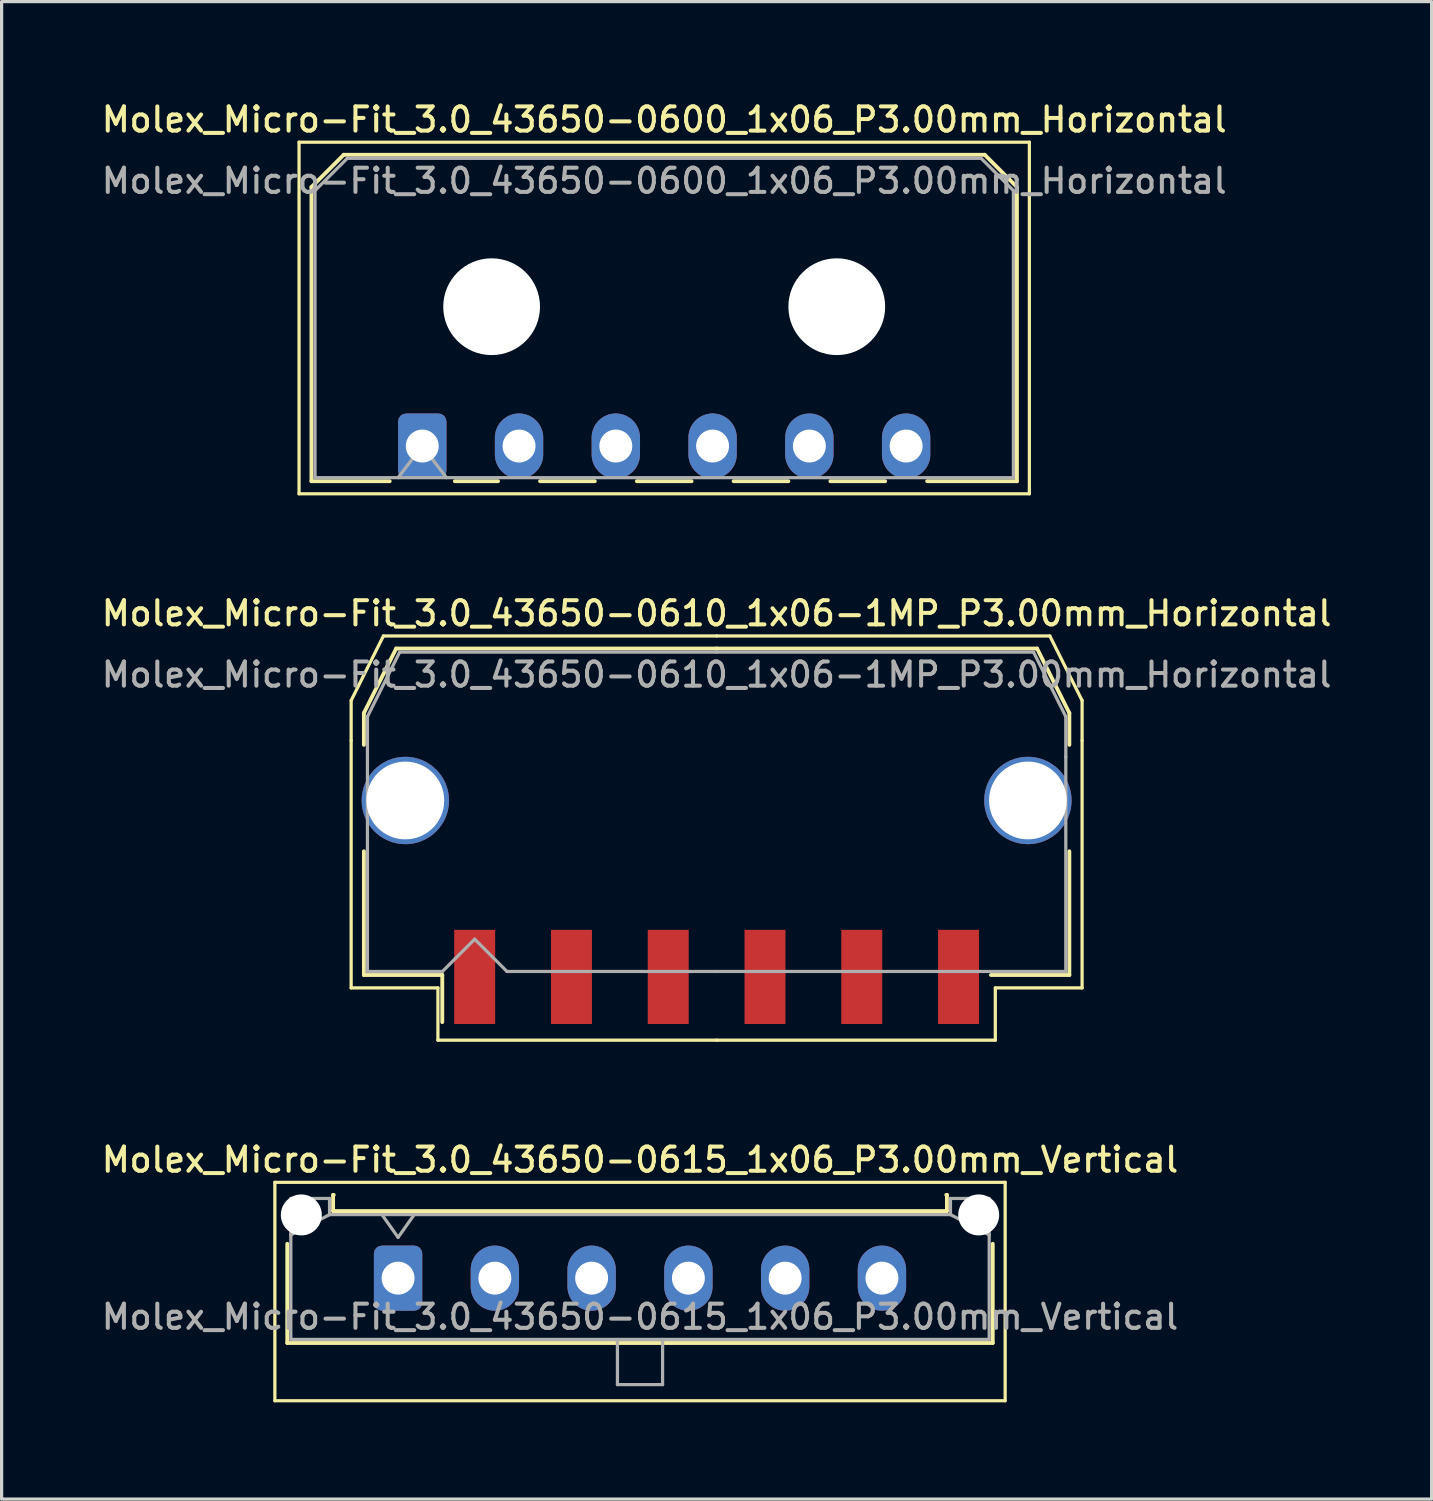
<source format=kicad_pcb>
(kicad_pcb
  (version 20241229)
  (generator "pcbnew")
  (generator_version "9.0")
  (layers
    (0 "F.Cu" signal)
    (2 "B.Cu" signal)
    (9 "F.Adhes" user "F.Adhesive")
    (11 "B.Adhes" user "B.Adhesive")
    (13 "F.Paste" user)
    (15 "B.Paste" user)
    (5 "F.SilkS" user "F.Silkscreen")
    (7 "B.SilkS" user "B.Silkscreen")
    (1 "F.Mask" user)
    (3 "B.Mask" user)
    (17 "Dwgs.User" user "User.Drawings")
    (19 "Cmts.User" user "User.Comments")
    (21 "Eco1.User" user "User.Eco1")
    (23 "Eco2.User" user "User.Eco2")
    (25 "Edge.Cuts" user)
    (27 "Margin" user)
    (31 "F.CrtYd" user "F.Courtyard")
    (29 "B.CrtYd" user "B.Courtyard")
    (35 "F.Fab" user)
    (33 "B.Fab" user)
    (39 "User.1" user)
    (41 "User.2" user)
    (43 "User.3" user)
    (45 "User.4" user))
  (footprint "Molex_Micro-Fit_3.0_43650-0600_1x06_P3.00mm_Horizontal"
    (layer "F.Cu")
    (at 10.041 10.778)
    (property "Reference" "Molex_Micro-Fit_3.0_43650-0600_1x06_P3.00mm_Horizontal" (at 7.5 -10.12 0) (layer "F.SilkS") (effects (font (size 0.75 0.75) (thickness 0.125))))
    (attr through_hole)
    (fp_line (start -3.82 -9.42) (end 18.82 -9.42) (stroke (width 0.1) (type solid)) (layer "F.SilkS"))
    (fp_line (start -3.82 1.48) (end -3.82 -9.42) (stroke (width 0.1) (type solid)) (layer "F.SilkS"))
    (fp_line (start -3.435 -8.03) (end -2.435 -9.03) (stroke (width 0.12) (type solid)) (layer "F.SilkS"))
    (fp_line (start -3.435 1.09) (end -3.435 -8.03) (stroke (width 0.12) (type solid)) (layer "F.SilkS"))
    (fp_line (start -3.435 1.09) (end -1.01 1.09) (stroke (width 0.12) (type solid)) (layer "F.SilkS"))
    (fp_line (start -2.435 -9.03) (end 17.435 -9.03) (stroke (width 0.12) (type solid)) (layer "F.SilkS"))
    (fp_line (start 1.01 1.09) (end 2.348 1.09) (stroke (width 0.12) (type solid)) (layer "F.SilkS"))
    (fp_line (start 3.652 1.09) (end 5.348 1.09) (stroke (width 0.12) (type solid)) (layer "F.SilkS"))
    (fp_line (start 6.652 1.09) (end 8.348 1.09) (stroke (width 0.12) (type solid)) (layer "F.SilkS"))
    (fp_line (start 9.652 1.09) (end 11.348 1.09) (stroke (width 0.12) (type solid)) (layer "F.SilkS"))
    (fp_line (start 12.652 1.09) (end 14.348 1.09) (stroke (width 0.12) (type solid)) (layer "F.SilkS"))
    (fp_line (start 17.435 -9.03) (end 18.435 -8.03) (stroke (width 0.12) (type solid)) (layer "F.SilkS"))
    (fp_line (start 18.435 -8.03) (end 18.435 1.09) (stroke (width 0.12) (type solid)) (layer "F.SilkS"))
    (fp_line (start 18.435 1.09) (end 15.652 1.09) (stroke (width 0.12) (type solid)) (layer "F.SilkS"))
    (fp_line (start 18.82 -9.42) (end 18.82 1.48) (stroke (width 0.1) (type solid)) (layer "F.SilkS"))
    (fp_line (start 18.82 1.48) (end -3.82 1.48) (stroke (width 0.1) (type solid)) (layer "F.SilkS"))
    (fp_line (start -3.325 -7.92) (end -2.325 -8.92) (stroke (width 0.1) (type solid)) (layer "F.Fab"))
    (fp_line (start -3.325 0.98) (end -3.325 -7.92) (stroke (width 0.1) (type solid)) (layer "F.Fab"))
    (fp_line (start -2.325 -8.92) (end 17.325 -8.92) (stroke (width 0.1) (type solid)) (layer "F.Fab"))
    (fp_line (start -0.75 0.98) (end 0 0) (stroke (width 0.1) (type solid)) (layer "F.Fab"))
    (fp_line (start 0 0) (end 0.75 0.98) (stroke (width 0.1) (type solid)) (layer "F.Fab"))
    (fp_line (start 17.325 -8.92) (end 18.325 -7.92) (stroke (width 0.1) (type solid)) (layer "F.Fab"))
    (fp_line (start 18.325 -7.92) (end 18.325 0.98) (stroke (width 0.1) (type solid)) (layer "F.Fab"))
    (fp_line (start 18.325 0.98) (end -3.325 0.98) (stroke (width 0.1) (type solid)) (layer "F.Fab"))
    (fp_text user "${REFERENCE}" (at 7.5 -8.22 0) (layer "F.Fab") (effects (font (size 0.75 0.75) (thickness 0.125))))
    (pad "" np_thru_hole circle (at 2.15 -4.32) (size 3 3) (drill 3) (layers "*.Cu" "*.Mask"))
    (pad "" np_thru_hole circle (at 12.85 -4.32) (size 3 3) (drill 3) (layers "*.Cu" "*.Mask"))
    (pad "1" thru_hole roundrect (at 0 0) (size 1.5 2.02) (drill 1.02) (layers "*.Cu" "*.Mask") (roundrect_rratio 0.167))
    (pad "2" thru_hole oval (at 3 0) (size 1.5 2.02) (drill 1.02) (layers "*.Cu" "*.Mask"))
    (pad "3" thru_hole oval (at 6 0) (size 1.5 2.02) (drill 1.02) (layers "*.Cu" "*.Mask"))
    (pad "4" thru_hole oval (at 9 0) (size 1.5 2.02) (drill 1.02) (layers "*.Cu" "*.Mask"))
    (pad "5" thru_hole oval (at 12 0) (size 1.5 2.02) (drill 1.02) (layers "*.Cu" "*.Mask"))
    (pad "6" thru_hole oval (at 15 0) (size 1.5 2.02) (drill 1.02) (layers "*.Cu" "*.Mask")))
  (footprint "Molex_Micro-Fit_3.0_43650-0610_1x06-1MP_P3.00mm_Horizontal"
    (layer "F.Cu")
    (at 19.166 22.116)
    (property "Reference" "Molex_Micro-Fit_3.0_43650-0610_1x06-1MP_P3.00mm_Horizontal" (at 0 -6.15 0) (layer "F.SilkS") (effects (font (size 0.75 0.75) (thickness 0.125))))
    (attr smd)
    (fp_line (start -11.33 -3.45) (end -11.33 -2.21) (stroke (width 0.1) (type solid)) (layer "F.SilkS"))
    (fp_line (start -11.33 -2.21) (end -11.33 5.46) (stroke (width 0.1) (type solid)) (layer "F.SilkS"))
    (fp_line (start -11.33 5.46) (end -8.64 5.46) (stroke (width 0.1) (type solid)) (layer "F.SilkS"))
    (fp_line (start -10.935 -3.06) (end -10.935 -2.075) (stroke (width 0.12) (type solid)) (layer "F.SilkS"))
    (fp_line (start -10.935 1.225) (end -10.935 5.06) (stroke (width 0.12) (type solid)) (layer "F.SilkS"))
    (fp_line (start -10.935 5.06) (end -8.505 5.06) (stroke (width 0.12) (type solid)) (layer "F.SilkS"))
    (fp_line (start -10.33 -5.45) (end -11.33 -3.45) (stroke (width 0.1) (type solid)) (layer "F.SilkS"))
    (fp_line (start -9.935 -5.06) (end -10.935 -3.06) (stroke (width 0.12) (type solid)) (layer "F.SilkS"))
    (fp_line (start -8.64 5.46) (end -8.64 7.08) (stroke (width 0.1) (type solid)) (layer "F.SilkS"))
    (fp_line (start -8.64 7.08) (end 0 7.08) (stroke (width 0.1) (type solid)) (layer "F.SilkS"))
    (fp_line (start -8.505 5.06) (end -8.505 6.52) (stroke (width 0.12) (type solid)) (layer "F.SilkS"))
    (fp_line (start 0 -5.45) (end -10.33 -5.45) (stroke (width 0.1) (type solid)) (layer "F.SilkS"))
    (fp_line (start 0 -5.45) (end 10.33 -5.45) (stroke (width 0.1) (type solid)) (layer "F.SilkS"))
    (fp_line (start 0 -5.06) (end -9.935 -5.06) (stroke (width 0.12) (type solid)) (layer "F.SilkS"))
    (fp_line (start 0 -5.06) (end 9.935 -5.06) (stroke (width 0.12) (type solid)) (layer "F.SilkS"))
    (fp_line (start 8.64 5.46) (end 8.64 7.08) (stroke (width 0.1) (type solid)) (layer "F.SilkS"))
    (fp_line (start 8.64 7.08) (end 0 7.08) (stroke (width 0.1) (type solid)) (layer "F.SilkS"))
    (fp_line (start 9.935 -5.06) (end 10.935 -3.06) (stroke (width 0.12) (type solid)) (layer "F.SilkS"))
    (fp_line (start 10.33 -5.45) (end 11.33 -3.45) (stroke (width 0.1) (type solid)) (layer "F.SilkS"))
    (fp_line (start 10.935 -3.06) (end 10.935 -2.075) (stroke (width 0.12) (type solid)) (layer "F.SilkS"))
    (fp_line (start 10.935 1.225) (end 10.935 5.06) (stroke (width 0.12) (type solid)) (layer "F.SilkS"))
    (fp_line (start 10.935 5.06) (end 8.505 5.06) (stroke (width 0.12) (type solid)) (layer "F.SilkS"))
    (fp_line (start 11.33 -3.45) (end 11.33 -2.21) (stroke (width 0.1) (type solid)) (layer "F.SilkS"))
    (fp_line (start 11.33 -2.21) (end 11.33 5.46) (stroke (width 0.1) (type solid)) (layer "F.SilkS"))
    (fp_line (start 11.33 5.46) (end 8.64 5.46) (stroke (width 0.1) (type solid)) (layer "F.SilkS"))
    (fp_line (start -10.825 -2.95) (end -10.825 -1.705) (stroke (width 0.1) (type solid)) (layer "F.Fab"))
    (fp_line (start -10.825 -1.705) (end -10.825 4.95) (stroke (width 0.1) (type solid)) (layer "F.Fab"))
    (fp_line (start -10.825 4.95) (end -8.5 4.95) (stroke (width 0.1) (type solid)) (layer "F.Fab"))
    (fp_line (start -9.825 -4.95) (end -10.825 -2.95) (stroke (width 0.1) (type solid)) (layer "F.Fab"))
    (fp_line (start -8.5 4.95) (end -7.5 3.95) (stroke (width 0.1) (type solid)) (layer "F.Fab"))
    (fp_line (start -7.5 3.95) (end -6.5 4.95) (stroke (width 0.1) (type solid)) (layer "F.Fab"))
    (fp_line (start -6.5 4.95) (end 0 4.95) (stroke (width 0.1) (type solid)) (layer "F.Fab"))
    (fp_line (start 0 -4.95) (end -9.825 -4.95) (stroke (width 0.1) (type solid)) (layer "F.Fab"))
    (fp_line (start 0 -4.95) (end 9.825 -4.95) (stroke (width 0.1) (type solid)) (layer "F.Fab"))
    (fp_line (start 8.135 4.95) (end 0 4.95) (stroke (width 0.1) (type solid)) (layer "F.Fab"))
    (fp_line (start 9.825 -4.95) (end 10.825 -2.95) (stroke (width 0.1) (type solid)) (layer "F.Fab"))
    (fp_line (start 10.825 -2.95) (end 10.825 -1.705) (stroke (width 0.1) (type solid)) (layer "F.Fab"))
    (fp_line (start 10.825 -1.705) (end 10.825 4.95) (stroke (width 0.1) (type solid)) (layer "F.Fab"))
    (fp_line (start 10.825 4.95) (end 8.135 4.95) (stroke (width 0.1) (type solid)) (layer "F.Fab"))
    (fp_text user "${REFERENCE}" (at 0 -4.25 0) (layer "F.Fab") (effects (font (size 0.75 0.75) (thickness 0.125))))
    (pad "1" smd rect (at -7.5 5.12) (size 1.27 2.92) (layers "F.Cu" "F.Mask" "F.Paste"))
    (pad "2" smd rect (at -4.5 5.12) (size 1.27 2.92) (layers "F.Cu" "F.Mask" "F.Paste"))
    (pad "3" smd rect (at -1.5 5.12) (size 1.27 2.92) (layers "F.Cu" "F.Mask" "F.Paste"))
    (pad "4" smd rect (at 1.5 5.12) (size 1.27 2.92) (layers "F.Cu" "F.Mask" "F.Paste"))
    (pad "5" smd rect (at 4.5 5.12) (size 1.27 2.92) (layers "F.Cu" "F.Mask" "F.Paste"))
    (pad "6" smd rect (at 7.5 5.12) (size 1.27 2.92) (layers "F.Cu" "F.Mask" "F.Paste"))
    (pad "MP" thru_hole circle (at -9.65 -0.35) (size 2.71 2.71) (drill 2.41) (property pad_prop_heatsink) (layers "*.Cu" "*.Mask"))
    (pad "MP" thru_hole circle (at 9.65 -0.35) (size 2.71 2.71) (drill 2.41) (property pad_prop_heatsink) (layers "*.Cu" "*.Mask")))
  (footprint "Molex_Micro-Fit_3.0_43650-0615_1x06_P3.00mm_Vertical"
    (layer "F.Cu")
    (at 9.291 36.574)
    (property "Reference" "Molex_Micro-Fit_3.0_43650-0615_1x06_P3.00mm_Vertical" (at 7.5 -3.67 0) (layer "F.SilkS") (effects (font (size 0.75 0.75) (thickness 0.125))))
    (attr through_hole)
    (fp_line (start -3.82 -2.97) (end 18.82 -2.97) (stroke (width 0.1) (type solid)) (layer "F.SilkS"))
    (fp_line (start -3.82 3.8) (end -3.82 -2.97) (stroke (width 0.1) (type solid)) (layer "F.SilkS"))
    (fp_line (start -3.435 -1.065) (end -3.435 2.01) (stroke (width 0.12) (type solid)) (layer "F.SilkS"))
    (fp_line (start -3.435 2.01) (end 18.435 2.01) (stroke (width 0.12) (type solid)) (layer "F.SilkS"))
    (fp_line (start -2.015 -2.58) (end -2.015 -2.08) (stroke (width 0.12) (type solid)) (layer "F.SilkS"))
    (fp_line (start -2.015 -2.08) (end 17.015 -2.08) (stroke (width 0.12) (type solid)) (layer "F.SilkS"))
    (fp_line (start -1.995 -2.58) (end -2.015 -2.58) (stroke (width 0.12) (type solid)) (layer "F.SilkS"))
    (fp_line (start 17.015 -2.58) (end 16.995 -2.58) (stroke (width 0.12) (type solid)) (layer "F.SilkS"))
    (fp_line (start 17.015 -2.08) (end 17.015 -2.58) (stroke (width 0.12) (type solid)) (layer "F.SilkS"))
    (fp_line (start 18.435 2.01) (end 18.435 -1.065) (stroke (width 0.12) (type solid)) (layer "F.SilkS"))
    (fp_line (start 18.82 -2.97) (end 18.82 3.8) (stroke (width 0.1) (type solid)) (layer "F.SilkS"))
    (fp_line (start 18.82 3.8) (end -3.82 3.8) (stroke (width 0.1) (type solid)) (layer "F.SilkS"))
    (fp_line (start -3.325 -2.47) (end -3.325 1.9) (stroke (width 0.1) (type solid)) (layer "F.Fab"))
    (fp_line (start -3.325 -1.34) (end -2.125 -1.97) (stroke (width 0.1) (type solid)) (layer "F.Fab"))
    (fp_line (start -3.325 1.9) (end 18.325 1.9) (stroke (width 0.1) (type solid)) (layer "F.Fab"))
    (fp_line (start -2.125 -2.47) (end -3.325 -2.47) (stroke (width 0.1) (type solid)) (layer "F.Fab"))
    (fp_line (start -2.125 -1.97) (end -2.125 -2.47) (stroke (width 0.1) (type solid)) (layer "F.Fab"))
    (fp_line (start -0.5 -1.97) (end 0 -1.263) (stroke (width 0.1) (type solid)) (layer "F.Fab"))
    (fp_line (start 0 -1.263) (end 0.5 -1.97) (stroke (width 0.1) (type solid)) (layer "F.Fab"))
    (fp_line (start 6.8 1.9) (end 6.8 3.3) (stroke (width 0.1) (type solid)) (layer "F.Fab"))
    (fp_line (start 6.8 3.3) (end 8.2 3.3) (stroke (width 0.1) (type solid)) (layer "F.Fab"))
    (fp_line (start 8.2 3.3) (end 8.2 1.9) (stroke (width 0.1) (type solid)) (layer "F.Fab"))
    (fp_line (start 17.125 -2.47) (end 17.125 -1.97) (stroke (width 0.1) (type solid)) (layer "F.Fab"))
    (fp_line (start 17.125 -1.97) (end -2.125 -1.97) (stroke (width 0.1) (type solid)) (layer "F.Fab"))
    (fp_line (start 18.325 -2.47) (end 17.125 -2.47) (stroke (width 0.1) (type solid)) (layer "F.Fab"))
    (fp_line (start 18.325 -1.34) (end 17.125 -1.97) (stroke (width 0.1) (type solid)) (layer "F.Fab"))
    (fp_line (start 18.325 1.9) (end 18.325 -2.47) (stroke (width 0.1) (type solid)) (layer "F.Fab"))
    (fp_text user "${REFERENCE}" (at 7.5 1.2 0) (layer "F.Fab") (effects (font (size 0.75 0.75) (thickness 0.125))))
    (pad "" np_thru_hole circle (at -3 -1.96) (size 1.27 1.27) (drill 1.27) (layers "*.Cu" "*.Mask"))
    (pad "" np_thru_hole circle (at 18 -1.96) (size 1.27 1.27) (drill 1.27) (layers "*.Cu" "*.Mask"))
    (pad "1" thru_hole roundrect (at 0 0) (size 1.5 2.02) (drill 1.02) (layers "*.Cu" "*.Mask") (roundrect_rratio 0.167))
    (pad "2" thru_hole oval (at 3 0) (size 1.5 2.02) (drill 1.02) (layers "*.Cu" "*.Mask"))
    (pad "3" thru_hole oval (at 6 0) (size 1.5 2.02) (drill 1.02) (layers "*.Cu" "*.Mask"))
    (pad "4" thru_hole oval (at 9 0) (size 1.5 2.02) (drill 1.02) (layers "*.Cu" "*.Mask"))
    (pad "5" thru_hole oval (at 12 0) (size 1.5 2.02) (drill 1.02) (layers "*.Cu" "*.Mask"))
    (pad "6" thru_hole oval (at 15 0) (size 1.5 2.02) (drill 1.02) (layers "*.Cu" "*.Mask")))
  (gr_rect
    (start -3 -3)
    (end 41.332 43.424)
    (stroke (width 0.1) (type default))
    (fill no)
    (layer "Edge.Cuts")))
</source>
